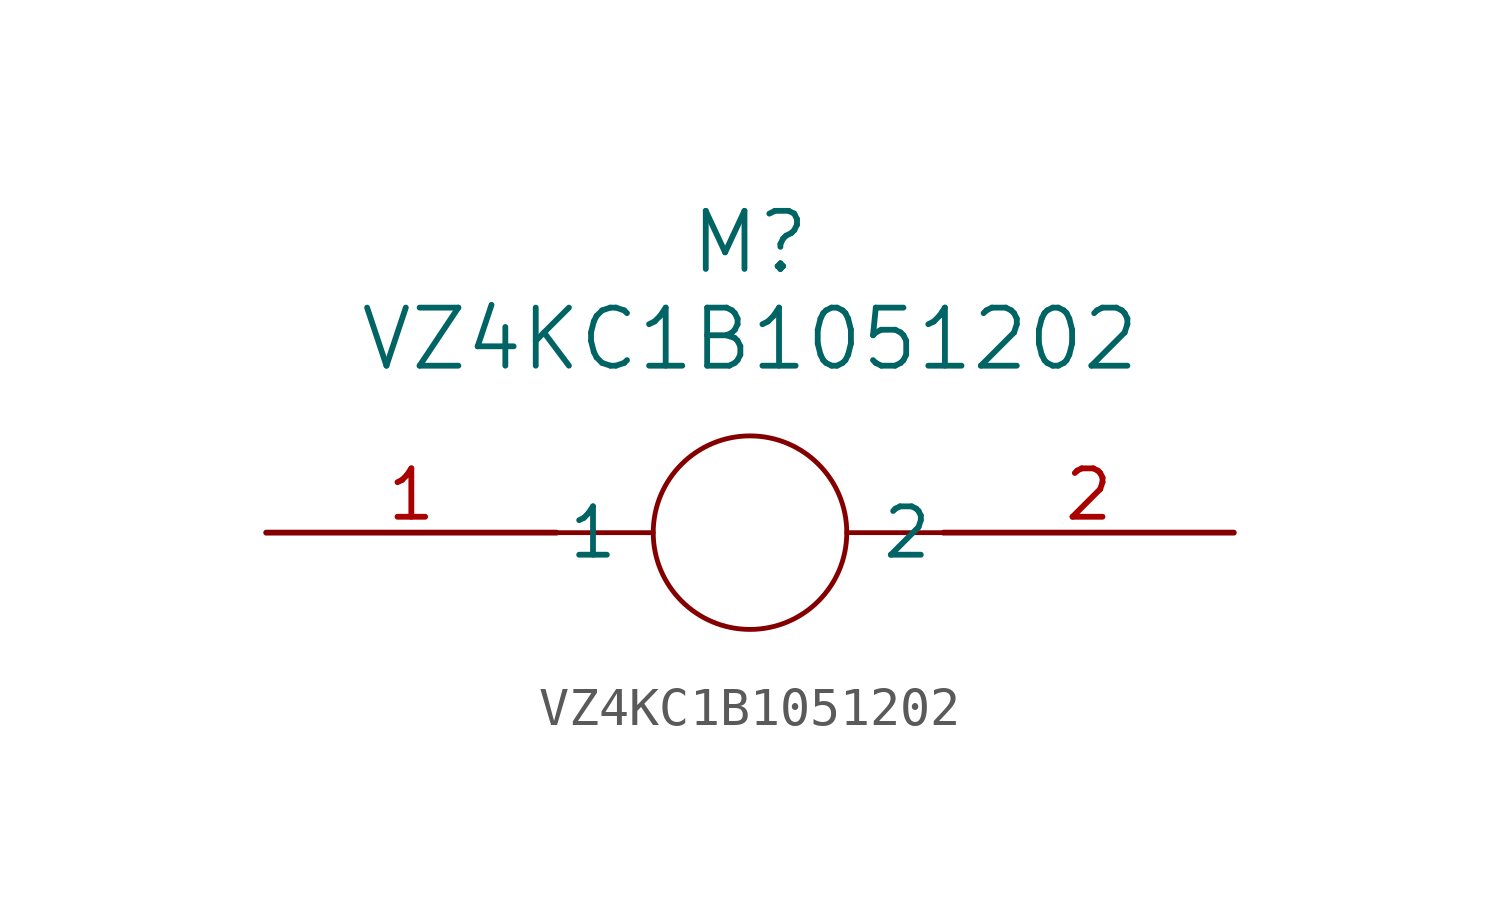
<source format=kicad_sym>
(kicad_symbol_lib
  (version 20211014)
  (generator kicad_symbol_editor)
  (symbol "VZ4KC1B1051202"
    (pin_names
      (offset 0.254))
    (property "Reference" "M"
      (at 12.7 7.62 0)
      (effects (font (size 1.524 1.524))))
    (property "Value" "VZ4KC1B1051202"
      (at 12.7 5.08 0)
      (effects (font (size 1.524 1.524))))
    (symbol "VZ4KC1B1051202_0_1"
      (circle (center 12.7 0) (radius 2.54) (stroke (width 0.127) (type default) (color 0 0 0 0)) (fill (type none)))
      (polyline (pts (xy 7.62 0) (xy 10.16 0)) (stroke (width 0.127) (type default) (color 0 0 0 0)) (fill (type none)))
      (polyline (pts (xy 15.24 0) (xy 17.78 0)) (stroke (width 0.127) (type default) (color 0 0 0 0)) (fill (type none)))
      (pin unspecified line (at 0 0 0) (length 7.62) (name "1" (effects (font (size 1.27 1.27)))) (number "1" (effects (font (size 1.27 1.27)))))
      (pin unspecified line (at 25.4 0 180) (length 7.62) (name "2" (effects (font (size 1.27 1.27)))) (number "2" (effects (font (size 1.27 1.27))))))))
</source>
